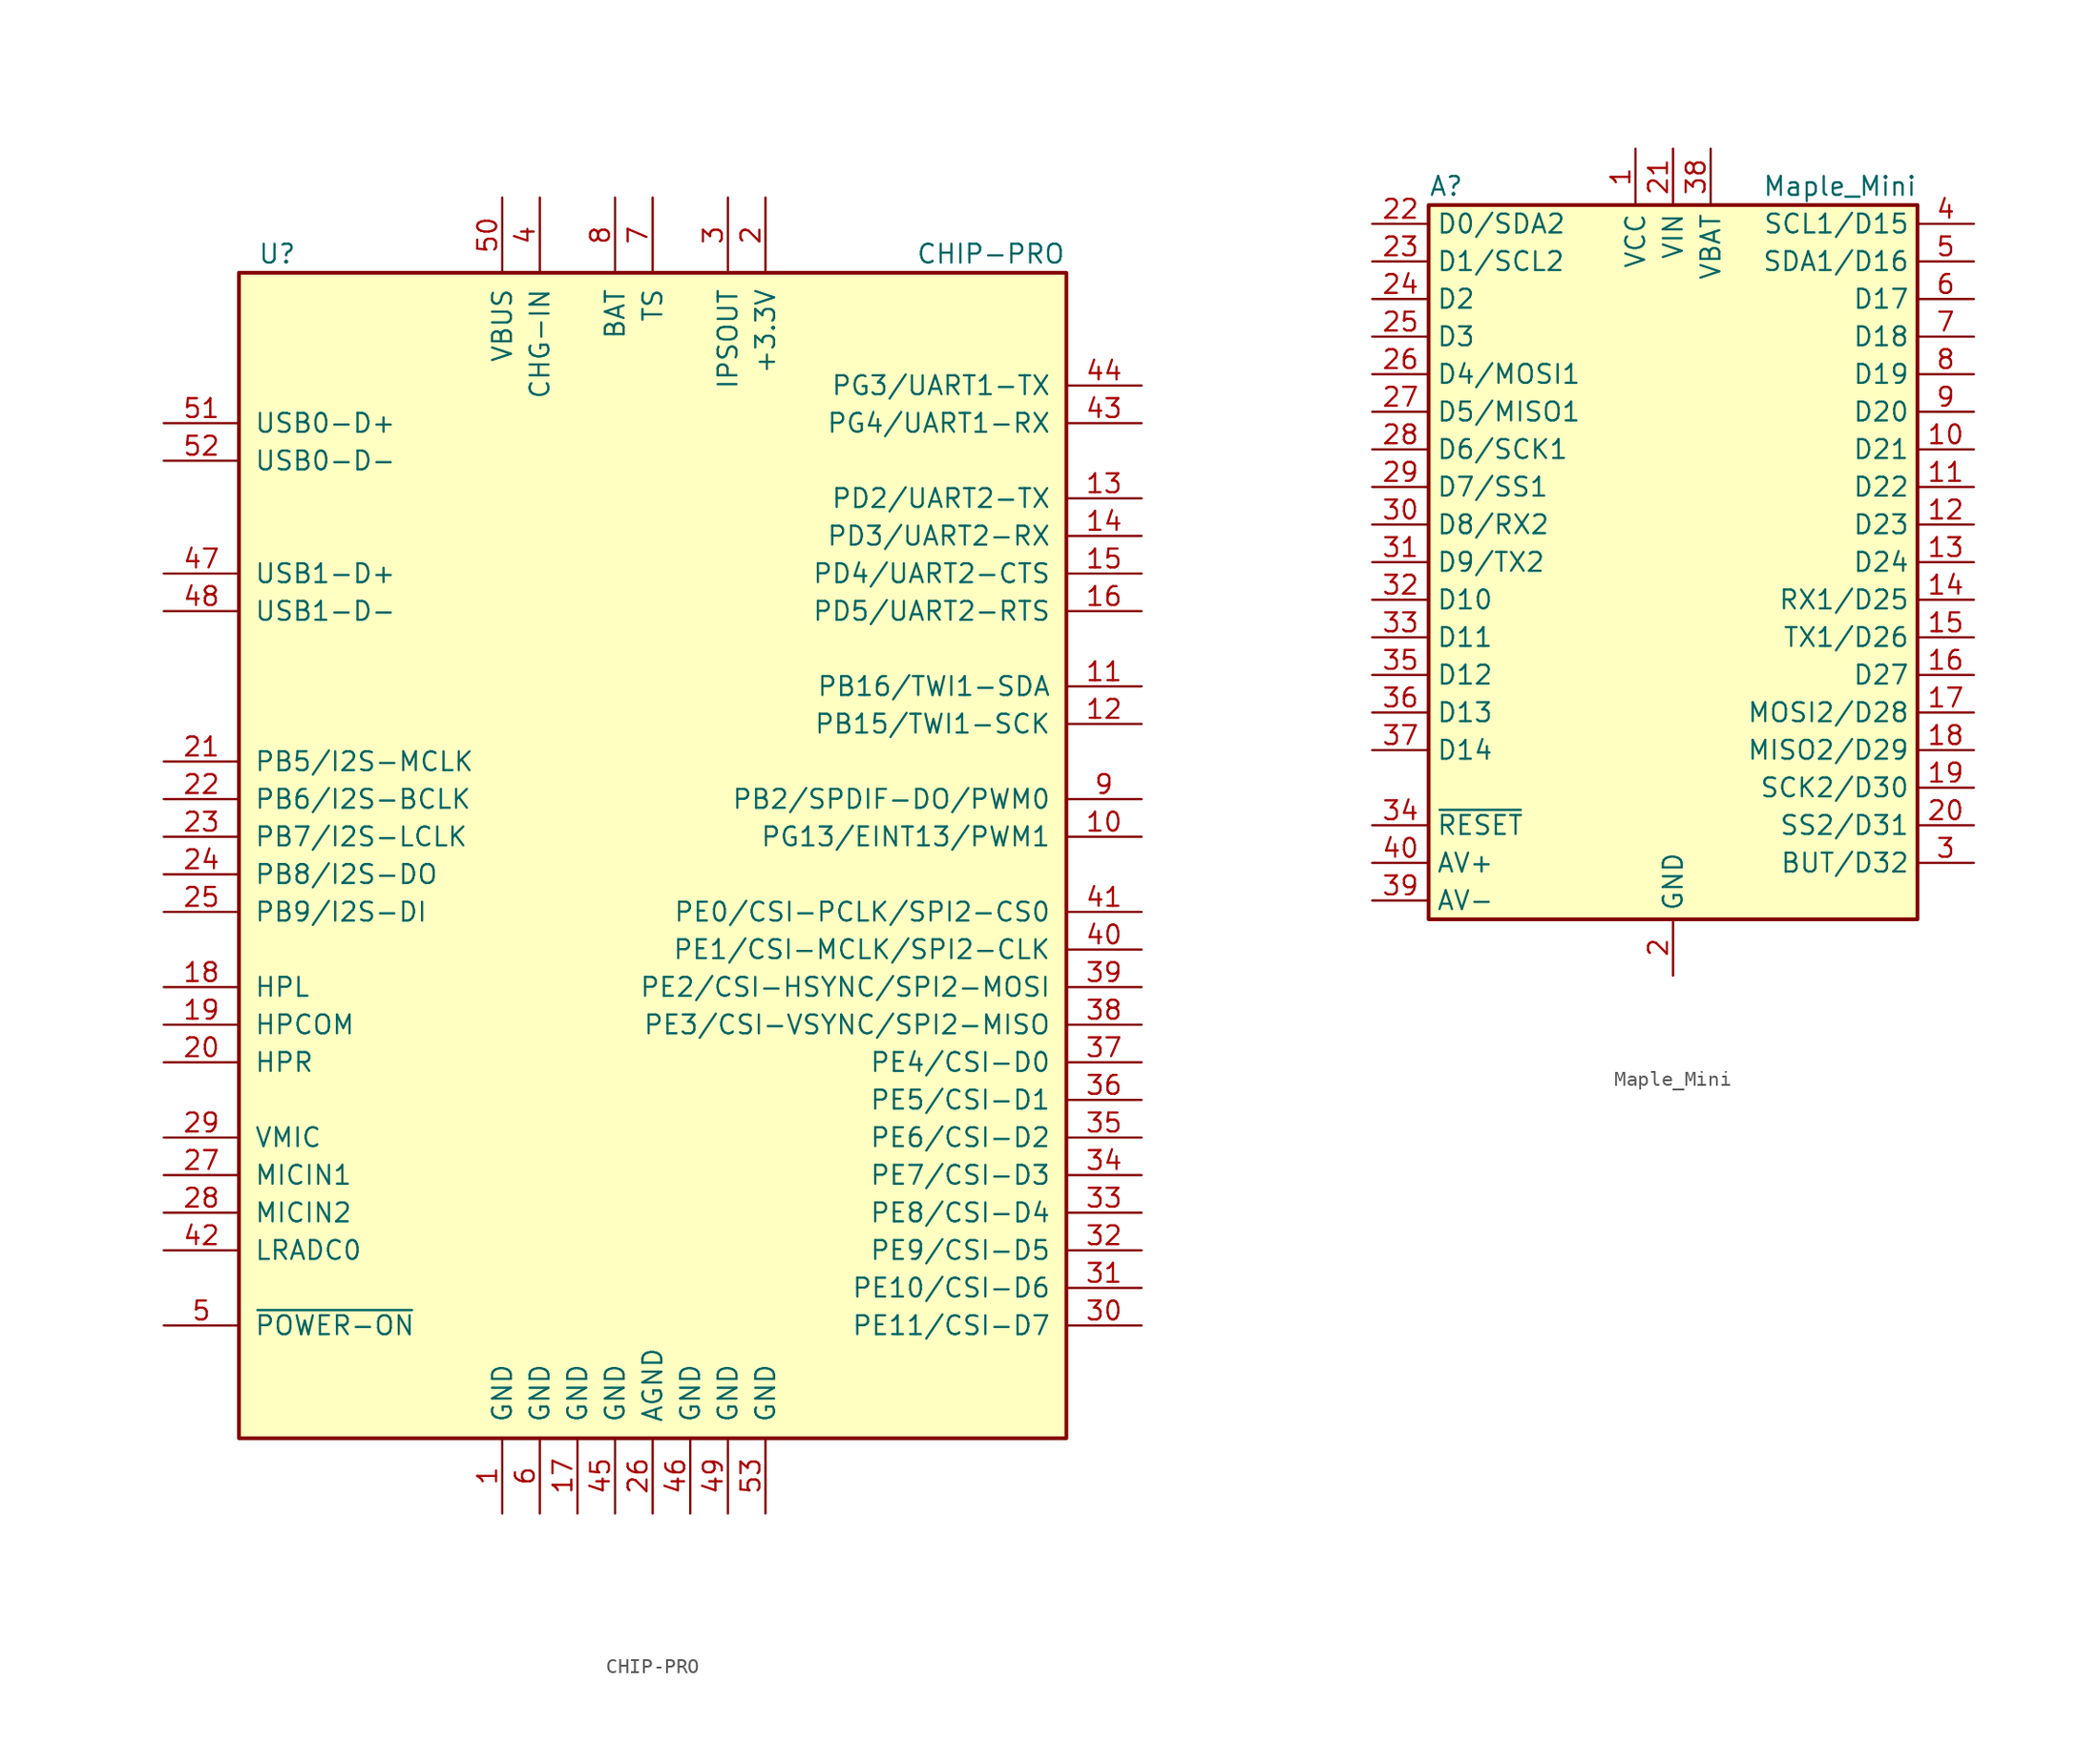
<source format=kicad_sym>
(kicad_symbol_lib
  (version 20241209)
  (generator "kicad_symbol_editor")
  (generator_version "9.0")
  (symbol "CHIP-PRO"
    (pin_names
      (offset 1.016))
    (property "Reference" "U"
      (at -26.67 39.37 0)
      (effects (font (size 1.27 1.27)) (justify left)))
    (property "Value" "CHIP-PRO"
      (at 17.78 39.37 0)
      (effects (font (size 1.27 1.27)) (justify left)))
    (symbol "CHIP-PRO_0_1"
      (rectangle (start -27.94 38.1) (end 27.94 -40.64) (stroke (width 0.254) (type default)) (fill (type background))))
    (symbol "CHIP-PRO_1_1"
      (pin bidirectional line (at -33.02 27.94 0) (length 5.08) (name "USB0-D+" (effects (font (size 1.27 1.27)))) (number "51" (effects (font (size 1.27 1.27)))))
      (pin bidirectional line (at -33.02 25.4 0) (length 5.08) (name "USB0-D-" (effects (font (size 1.27 1.27)))) (number "52" (effects (font (size 1.27 1.27)))))
      (pin bidirectional line (at -33.02 17.78 0) (length 5.08) (name "USB1-D+" (effects (font (size 1.27 1.27)))) (number "47" (effects (font (size 1.27 1.27)))))
      (pin bidirectional line (at -33.02 15.24 0) (length 5.08) (name "USB1-D-" (effects (font (size 1.27 1.27)))) (number "48" (effects (font (size 1.27 1.27)))))
      (pin bidirectional line (at -33.02 5.08 0) (length 5.08) (name "PB5/I2S-MCLK" (effects (font (size 1.27 1.27)))) (number "21" (effects (font (size 1.27 1.27)))))
      (pin bidirectional line (at -33.02 2.54 0) (length 5.08) (name "PB6/I2S-BCLK" (effects (font (size 1.27 1.27)))) (number "22" (effects (font (size 1.27 1.27)))))
      (pin bidirectional line (at -33.02 0 0) (length 5.08) (name "PB7/I2S-LCLK" (effects (font (size 1.27 1.27)))) (number "23" (effects (font (size 1.27 1.27)))))
      (pin bidirectional line (at -33.02 -2.54 0) (length 5.08) (name "PB8/I2S-DO" (effects (font (size 1.27 1.27)))) (number "24" (effects (font (size 1.27 1.27)))))
      (pin bidirectional line (at -33.02 -5.08 0) (length 5.08) (name "PB9/I2S-DI" (effects (font (size 1.27 1.27)))) (number "25" (effects (font (size 1.27 1.27)))))
      (pin output line (at -33.02 -10.16 0) (length 5.08) (name "HPL" (effects (font (size 1.27 1.27)))) (number "18" (effects (font (size 1.27 1.27)))))
      (pin output line (at -33.02 -12.7 0) (length 5.08) (name "HPCOM" (effects (font (size 1.27 1.27)))) (number "19" (effects (font (size 1.27 1.27)))))
      (pin output line (at -33.02 -15.24 0) (length 5.08) (name "HPR" (effects (font (size 1.27 1.27)))) (number "20" (effects (font (size 1.27 1.27)))))
      (pin unspecified line (at -33.02 -20.32 0) (length 5.08) (name "VMIC" (effects (font (size 1.27 1.27)))) (number "29" (effects (font (size 1.27 1.27)))))
      (pin input line (at -33.02 -22.86 0) (length 5.08) (name "MICIN1" (effects (font (size 1.27 1.27)))) (number "27" (effects (font (size 1.27 1.27)))))
      (pin input line (at -33.02 -25.4 0) (length 5.08) (name "MICIN2" (effects (font (size 1.27 1.27)))) (number "28" (effects (font (size 1.27 1.27)))))
      (pin power_out line (at -33.02 -27.94 0) (length 5.08) (name "LRADC0" (effects (font (size 1.27 1.27)))) (number "42" (effects (font (size 1.27 1.27)))))
      (pin input line (at -33.02 -33.02 0) (length 5.08) (name "~{POWER-ON}" (effects (font (size 1.27 1.27)))) (number "5" (effects (font (size 1.27 1.27)))))
      (pin power_in line (at -10.16 43.18 270) (length 5.08) (name "VBUS" (effects (font (size 1.27 1.27)))) (number "50" (effects (font (size 1.27 1.27)))))
      (pin power_in line (at -10.16 -45.72 90) (length 5.08) (name "GND" (effects (font (size 1.27 1.27)))) (number "1" (effects (font (size 1.27 1.27)))))
      (pin power_in line (at -7.62 43.18 270) (length 5.08) (name "CHG-IN" (effects (font (size 1.27 1.27)))) (number "4" (effects (font (size 1.27 1.27)))))
      (pin power_in line (at -7.62 -45.72 90) (length 5.08) (name "GND" (effects (font (size 1.27 1.27)))) (number "6" (effects (font (size 1.27 1.27)))))
      (pin power_in line (at -5.08 -45.72 90) (length 5.08) (name "GND" (effects (font (size 1.27 1.27)))) (number "17" (effects (font (size 1.27 1.27)))))
      (pin power_in line (at -2.54 43.18 270) (length 5.08) (name "BAT" (effects (font (size 1.27 1.27)))) (number "8" (effects (font (size 1.27 1.27)))))
      (pin power_in line (at -2.54 -45.72 90) (length 5.08) (name "GND" (effects (font (size 1.27 1.27)))) (number "45" (effects (font (size 1.27 1.27)))))
      (pin input line (at 0 43.18 270) (length 5.08) (name "TS" (effects (font (size 1.27 1.27)))) (number "7" (effects (font (size 1.27 1.27)))))
      (pin power_in line (at 0 -45.72 90) (length 5.08) (name "AGND" (effects (font (size 1.27 1.27)))) (number "26" (effects (font (size 1.27 1.27)))))
      (pin power_in line (at 2.54 -45.72 90) (length 5.08) (name "GND" (effects (font (size 1.27 1.27)))) (number "46" (effects (font (size 1.27 1.27)))))
      (pin power_out line (at 5.08 43.18 270) (length 5.08) (name "IPSOUT" (effects (font (size 1.27 1.27)))) (number "3" (effects (font (size 1.27 1.27)))))
      (pin power_in line (at 5.08 -45.72 90) (length 5.08) (name "GND" (effects (font (size 1.27 1.27)))) (number "49" (effects (font (size 1.27 1.27)))))
      (pin power_out line (at 7.62 43.18 270) (length 5.08) (name "+3.3V" (effects (font (size 1.27 1.27)))) (number "2" (effects (font (size 1.27 1.27)))))
      (pin power_in line (at 7.62 -45.72 90) (length 5.08) (name "GND" (effects (font (size 1.27 1.27)))) (number "53" (effects (font (size 1.27 1.27)))))
      (pin bidirectional line (at 33.02 30.48 180) (length 5.08) (name "PG3/UART1-TX" (effects (font (size 1.27 1.27)))) (number "44" (effects (font (size 1.27 1.27)))))
      (pin input line (at 33.02 27.94 180) (length 5.08) (name "PG4/UART1-RX" (effects (font (size 1.27 1.27)))) (number "43" (effects (font (size 1.27 1.27)))))
      (pin bidirectional line (at 33.02 22.86 180) (length 5.08) (name "PD2/UART2-TX" (effects (font (size 1.27 1.27)))) (number "13" (effects (font (size 1.27 1.27)))))
      (pin bidirectional line (at 33.02 20.32 180) (length 5.08) (name "PD3/UART2-RX" (effects (font (size 1.27 1.27)))) (number "14" (effects (font (size 1.27 1.27)))))
      (pin bidirectional line (at 33.02 17.78 180) (length 5.08) (name "PD4/UART2-CTS" (effects (font (size 1.27 1.27)))) (number "15" (effects (font (size 1.27 1.27)))))
      (pin bidirectional line (at 33.02 15.24 180) (length 5.08) (name "PD5/UART2-RTS" (effects (font (size 1.27 1.27)))) (number "16" (effects (font (size 1.27 1.27)))))
      (pin bidirectional line (at 33.02 10.16 180) (length 5.08) (name "PB16/TWI1-SDA" (effects (font (size 1.27 1.27)))) (number "11" (effects (font (size 1.27 1.27)))))
      (pin bidirectional line (at 33.02 7.62 180) (length 5.08) (name "PB15/TWI1-SCK" (effects (font (size 1.27 1.27)))) (number "12" (effects (font (size 1.27 1.27)))))
      (pin bidirectional line (at 33.02 2.54 180) (length 5.08) (name "PB2/SPDIF-DO/PWM0" (effects (font (size 1.27 1.27)))) (number "9" (effects (font (size 1.27 1.27)))))
      (pin bidirectional line (at 33.02 0 180) (length 5.08) (name "PG13/EINT13/PWM1" (effects (font (size 1.27 1.27)))) (number "10" (effects (font (size 1.27 1.27)))))
      (pin bidirectional line (at 33.02 -5.08 180) (length 5.08) (name "PE0/CSI-PCLK/SPI2-CS0" (effects (font (size 1.27 1.27)))) (number "41" (effects (font (size 1.27 1.27)))))
      (pin bidirectional line (at 33.02 -7.62 180) (length 5.08) (name "PE1/CSI-MCLK/SPI2-CLK" (effects (font (size 1.27 1.27)))) (number "40" (effects (font (size 1.27 1.27)))))
      (pin bidirectional line (at 33.02 -10.16 180) (length 5.08) (name "PE2/CSI-HSYNC/SPI2-MOSI" (effects (font (size 1.27 1.27)))) (number "39" (effects (font (size 1.27 1.27)))))
      (pin bidirectional line (at 33.02 -12.7 180) (length 5.08) (name "PE3/CSI-VSYNC/SPI2-MISO" (effects (font (size 1.27 1.27)))) (number "38" (effects (font (size 1.27 1.27)))))
      (pin bidirectional line (at 33.02 -15.24 180) (length 5.08) (name "PE4/CSI-D0" (effects (font (size 1.27 1.27)))) (number "37" (effects (font (size 1.27 1.27)))))
      (pin bidirectional line (at 33.02 -17.78 180) (length 5.08) (name "PE5/CSI-D1" (effects (font (size 1.27 1.27)))) (number "36" (effects (font (size 1.27 1.27)))))
      (pin bidirectional line (at 33.02 -20.32 180) (length 5.08) (name "PE6/CSI-D2" (effects (font (size 1.27 1.27)))) (number "35" (effects (font (size 1.27 1.27)))))
      (pin bidirectional line (at 33.02 -22.86 180) (length 5.08) (name "PE7/CSI-D3" (effects (font (size 1.27 1.27)))) (number "34" (effects (font (size 1.27 1.27)))))
      (pin bidirectional line (at 33.02 -25.4 180) (length 5.08) (name "PE8/CSI-D4" (effects (font (size 1.27 1.27)))) (number "33" (effects (font (size 1.27 1.27)))))
      (pin bidirectional line (at 33.02 -27.94 180) (length 5.08) (name "PE9/CSI-D5" (effects (font (size 1.27 1.27)))) (number "32" (effects (font (size 1.27 1.27)))))
      (pin bidirectional line (at 33.02 -30.48 180) (length 5.08) (name "PE10/CSI-D6" (effects (font (size 1.27 1.27)))) (number "31" (effects (font (size 1.27 1.27)))))
      (pin bidirectional line (at 33.02 -33.02 180) (length 5.08) (name "PE11/CSI-D7" (effects (font (size 1.27 1.27)))) (number "30" (effects (font (size 1.27 1.27)))))))
  (symbol "Maple_Mini"
    (property "Reference" "A"
      (at -16.51 25.4 0)
      (effects (font (size 1.27 1.27)) (justify left)))
    (property "Value" "Maple_Mini"
      (at 16.51 25.4 0)
      (effects (font (size 1.27 1.27)) (justify right)))
    (symbol "Maple_Mini_0_1"
      (rectangle (start -16.51 24.13) (end 16.51 -24.13) (stroke (width 0.254) (type default)) (fill (type background))))
    (symbol "Maple_Mini_1_1"
      (pin bidirectional line (at -20.32 22.86 0) (length 3.81) (name "D0/SDA2" (effects (font (size 1.27 1.27)))) (number "22" (effects (font (size 1.27 1.27)))))
      (pin bidirectional line (at -20.32 20.32 0) (length 3.81) (name "D1/SCL2" (effects (font (size 1.27 1.27)))) (number "23" (effects (font (size 1.27 1.27)))))
      (pin bidirectional line (at -20.32 17.78 0) (length 3.81) (name "D2" (effects (font (size 1.27 1.27)))) (number "24" (effects (font (size 1.27 1.27)))))
      (pin bidirectional line (at -20.32 15.24 0) (length 3.81) (name "D3" (effects (font (size 1.27 1.27)))) (number "25" (effects (font (size 1.27 1.27)))))
      (pin bidirectional line (at -20.32 12.7 0) (length 3.81) (name "D4/MOSI1" (effects (font (size 1.27 1.27)))) (number "26" (effects (font (size 1.27 1.27)))))
      (pin bidirectional line (at -20.32 10.16 0) (length 3.81) (name "D5/MISO1" (effects (font (size 1.27 1.27)))) (number "27" (effects (font (size 1.27 1.27)))))
      (pin bidirectional line (at -20.32 7.62 0) (length 3.81) (name "D6/SCK1" (effects (font (size 1.27 1.27)))) (number "28" (effects (font (size 1.27 1.27)))))
      (pin bidirectional line (at -20.32 5.08 0) (length 3.81) (name "D7/SS1" (effects (font (size 1.27 1.27)))) (number "29" (effects (font (size 1.27 1.27)))))
      (pin bidirectional line (at -20.32 2.54 0) (length 3.81) (name "D8/RX2" (effects (font (size 1.27 1.27)))) (number "30" (effects (font (size 1.27 1.27)))))
      (pin bidirectional line (at -20.32 0 0) (length 3.81) (name "D9/TX2" (effects (font (size 1.27 1.27)))) (number "31" (effects (font (size 1.27 1.27)))))
      (pin bidirectional line (at -20.32 -2.54 0) (length 3.81) (name "D10" (effects (font (size 1.27 1.27)))) (number "32" (effects (font (size 1.27 1.27)))))
      (pin bidirectional line (at -20.32 -5.08 0) (length 3.81) (name "D11" (effects (font (size 1.27 1.27)))) (number "33" (effects (font (size 1.27 1.27)))))
      (pin bidirectional line (at -20.32 -7.62 0) (length 3.81) (name "D12" (effects (font (size 1.27 1.27)))) (number "35" (effects (font (size 1.27 1.27)))))
      (pin bidirectional line (at -20.32 -10.16 0) (length 3.81) (name "D13" (effects (font (size 1.27 1.27)))) (number "36" (effects (font (size 1.27 1.27)))))
      (pin bidirectional line (at -20.32 -12.7 0) (length 3.81) (name "D14" (effects (font (size 1.27 1.27)))) (number "37" (effects (font (size 1.27 1.27)))))
      (pin input line (at -20.32 -17.78 0) (length 3.81) (name "~{RESET}" (effects (font (size 1.27 1.27)))) (number "34" (effects (font (size 1.27 1.27)))))
      (pin output line (at -20.32 -20.32 0) (length 3.81) (name "AV+" (effects (font (size 1.27 1.27)))) (number "40" (effects (font (size 1.27 1.27)))))
      (pin output line (at -20.32 -22.86 0) (length 3.81) (name "AV-" (effects (font (size 1.27 1.27)))) (number "39" (effects (font (size 1.27 1.27)))))
      (pin power_in line (at -2.54 27.94 270) (length 3.81) (name "VCC" (effects (font (size 1.27 1.27)))) (number "1" (effects (font (size 1.27 1.27)))))
      (pin power_in line (at 0 27.94 270) (length 3.81) (name "VIN" (effects (font (size 1.27 1.27)))) (number "21" (effects (font (size 1.27 1.27)))))
      (pin power_in line (at 0 -27.94 90) (length 3.81) (name "GND" (effects (font (size 1.27 1.27)))) (number "2" (effects (font (size 1.27 1.27)))))
      (pin power_in line (at 2.54 27.94 270) (length 3.81) (name "VBAT" (effects (font (size 1.27 1.27)))) (number "38" (effects (font (size 1.27 1.27)))))
      (pin bidirectional line (at 20.32 22.86 180) (length 3.81) (name "SCL1/D15" (effects (font (size 1.27 1.27)))) (number "4" (effects (font (size 1.27 1.27)))))
      (pin bidirectional line (at 20.32 20.32 180) (length 3.81) (name "SDA1/D16" (effects (font (size 1.27 1.27)))) (number "5" (effects (font (size 1.27 1.27)))))
      (pin bidirectional line (at 20.32 17.78 180) (length 3.81) (name "D17" (effects (font (size 1.27 1.27)))) (number "6" (effects (font (size 1.27 1.27)))))
      (pin bidirectional line (at 20.32 15.24 180) (length 3.81) (name "D18" (effects (font (size 1.27 1.27)))) (number "7" (effects (font (size 1.27 1.27)))))
      (pin bidirectional line (at 20.32 12.7 180) (length 3.81) (name "D19" (effects (font (size 1.27 1.27)))) (number "8" (effects (font (size 1.27 1.27)))))
      (pin bidirectional line (at 20.32 10.16 180) (length 3.81) (name "D20" (effects (font (size 1.27 1.27)))) (number "9" (effects (font (size 1.27 1.27)))))
      (pin bidirectional line (at 20.32 7.62 180) (length 3.81) (name "D21" (effects (font (size 1.27 1.27)))) (number "10" (effects (font (size 1.27 1.27)))))
      (pin bidirectional line (at 20.32 5.08 180) (length 3.81) (name "D22" (effects (font (size 1.27 1.27)))) (number "11" (effects (font (size 1.27 1.27)))))
      (pin bidirectional line (at 20.32 2.54 180) (length 3.81) (name "D23" (effects (font (size 1.27 1.27)))) (number "12" (effects (font (size 1.27 1.27)))))
      (pin bidirectional line (at 20.32 0 180) (length 3.81) (name "D24" (effects (font (size 1.27 1.27)))) (number "13" (effects (font (size 1.27 1.27)))))
      (pin bidirectional line (at 20.32 -2.54 180) (length 3.81) (name "RX1/D25" (effects (font (size 1.27 1.27)))) (number "14" (effects (font (size 1.27 1.27)))))
      (pin bidirectional line (at 20.32 -5.08 180) (length 3.81) (name "TX1/D26" (effects (font (size 1.27 1.27)))) (number "15" (effects (font (size 1.27 1.27)))))
      (pin bidirectional line (at 20.32 -7.62 180) (length 3.81) (name "D27" (effects (font (size 1.27 1.27)))) (number "16" (effects (font (size 1.27 1.27)))))
      (pin bidirectional line (at 20.32 -10.16 180) (length 3.81) (name "MOSI2/D28" (effects (font (size 1.27 1.27)))) (number "17" (effects (font (size 1.27 1.27)))))
      (pin bidirectional line (at 20.32 -12.7 180) (length 3.81) (name "MISO2/D29" (effects (font (size 1.27 1.27)))) (number "18" (effects (font (size 1.27 1.27)))))
      (pin bidirectional line (at 20.32 -15.24 180) (length 3.81) (name "SCK2/D30" (effects (font (size 1.27 1.27)))) (number "19" (effects (font (size 1.27 1.27)))))
      (pin bidirectional line (at 20.32 -17.78 180) (length 3.81) (name "SS2/D31" (effects (font (size 1.27 1.27)))) (number "20" (effects (font (size 1.27 1.27)))))
      (pin bidirectional line (at 20.32 -20.32 180) (length 3.81) (name "BUT/D32" (effects (font (size 1.27 1.27)))) (number "3" (effects (font (size 1.27 1.27))))))))
</source>
